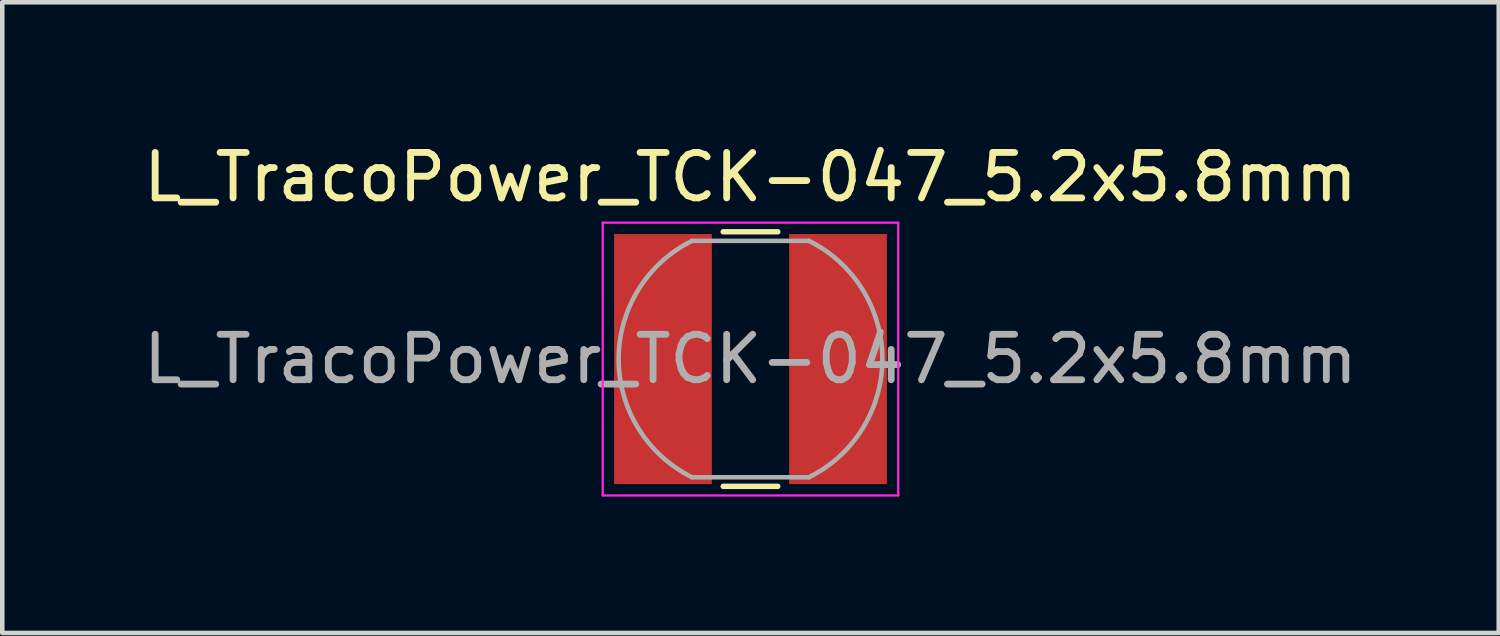
<source format=kicad_pcb>
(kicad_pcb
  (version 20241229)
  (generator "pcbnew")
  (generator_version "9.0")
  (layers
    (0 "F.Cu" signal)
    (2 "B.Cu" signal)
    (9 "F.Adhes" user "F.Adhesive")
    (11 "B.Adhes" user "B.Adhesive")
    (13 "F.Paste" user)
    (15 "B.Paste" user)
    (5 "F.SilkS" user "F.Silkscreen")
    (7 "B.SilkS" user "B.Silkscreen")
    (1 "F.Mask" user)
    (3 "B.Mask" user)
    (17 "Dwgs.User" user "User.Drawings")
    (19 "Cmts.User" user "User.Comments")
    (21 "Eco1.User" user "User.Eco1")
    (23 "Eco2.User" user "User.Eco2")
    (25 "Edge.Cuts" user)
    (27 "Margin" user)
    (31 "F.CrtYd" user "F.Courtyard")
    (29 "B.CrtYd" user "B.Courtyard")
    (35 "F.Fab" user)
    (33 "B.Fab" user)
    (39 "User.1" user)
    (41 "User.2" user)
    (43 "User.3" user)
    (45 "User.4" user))
  (footprint "L_TracoPower_TCK-047_5.2x5.8mm"
    (layer "F.Cu")
    (at 13.458 4.848)
    (property "Reference" "L_TracoPower_TCK-047_5.2x5.8mm" (at 0 -4 0) (layer "F.SilkS") (effects (font (size 1 1) (thickness 0.15))))
    (attr smd)
    (fp_line (start -0.6 2.8) (end 0.6 2.8) (stroke (width 0.12) (type solid)) (layer "F.SilkS"))
    (fp_line (start 0.6 -2.8) (end -0.6 -2.8) (stroke (width 0.12) (type solid)) (layer "F.SilkS"))
    (fp_line (start -3.25 -3) (end -3.25 3) (stroke (width 0.05) (type solid)) (layer "F.CrtYd"))
    (fp_line (start -3.25 -3) (end 3.25 -3) (stroke (width 0.05) (type solid)) (layer "F.CrtYd"))
    (fp_line (start 3.25 3) (end -3.25 3) (stroke (width 0.05) (type solid)) (layer "F.CrtYd"))
    (fp_line (start 3.25 3) (end 3.25 -3) (stroke (width 0.05) (type solid)) (layer "F.CrtYd"))
    (fp_line (start -1.285 -2.6) (end 1.285 -2.6) (stroke (width 0.1) (type solid)) (layer "F.Fab"))
    (fp_line (start -1.285 2.6) (end 1.285 2.6) (stroke (width 0.1) (type solid)) (layer "F.Fab"))
    (fp_arc (start -1.285 2.599999) (mid -2.90021 0) (end -1.284999 -2.599999) (stroke (width 0.1) (type solid)) (layer "F.Fab"))
    (fp_arc (start 1.285 -2.599999) (mid 2.90021 0) (end 1.284999 2.599999) (stroke (width 0.1) (type solid)) (layer "F.Fab"))
    (fp_text user "${REFERENCE}" (at 0 0 0) (layer "F.Fab") (effects (font (size 1 1) (thickness 0.15))))
    (pad "1" smd rect (at -1.925 0 90) (size 5.5 2.15) (layers "F.Cu" "F.Mask" "F.Paste"))
    (pad "2" smd rect (at 1.925 0 90) (size 5.5 2.15) (layers "F.Cu" "F.Mask" "F.Paste")))
  (gr_rect
    (start -3 -3)
    (end 29.917 10.873)
    (stroke (width 0.1) (type default))
    (fill no)
    (layer "Edge.Cuts")))
</source>
